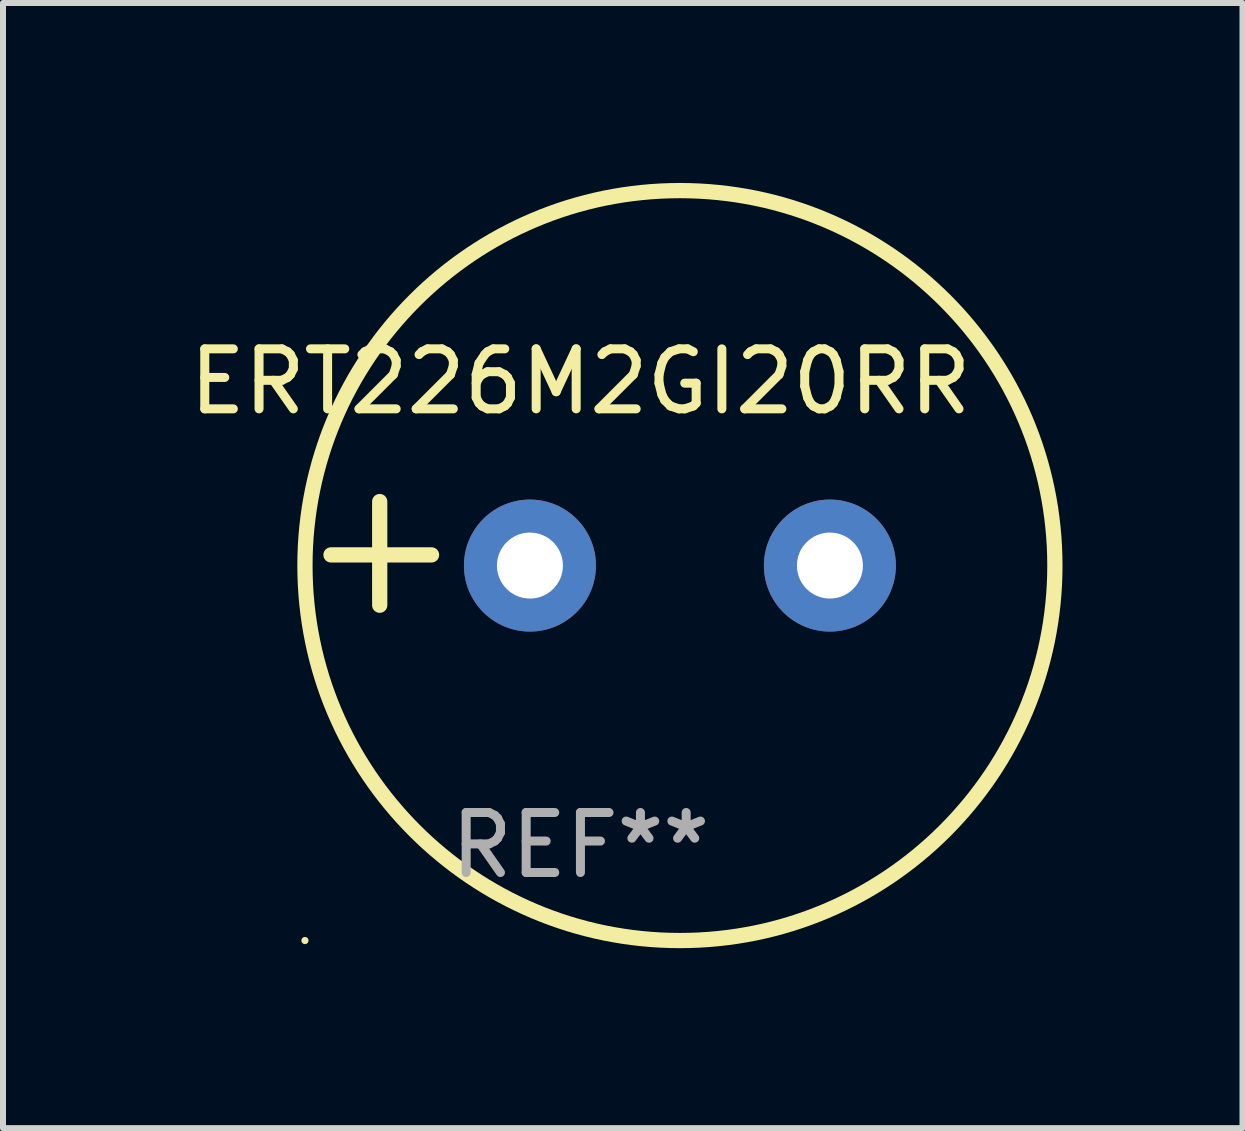
<source format=kicad_pcb>
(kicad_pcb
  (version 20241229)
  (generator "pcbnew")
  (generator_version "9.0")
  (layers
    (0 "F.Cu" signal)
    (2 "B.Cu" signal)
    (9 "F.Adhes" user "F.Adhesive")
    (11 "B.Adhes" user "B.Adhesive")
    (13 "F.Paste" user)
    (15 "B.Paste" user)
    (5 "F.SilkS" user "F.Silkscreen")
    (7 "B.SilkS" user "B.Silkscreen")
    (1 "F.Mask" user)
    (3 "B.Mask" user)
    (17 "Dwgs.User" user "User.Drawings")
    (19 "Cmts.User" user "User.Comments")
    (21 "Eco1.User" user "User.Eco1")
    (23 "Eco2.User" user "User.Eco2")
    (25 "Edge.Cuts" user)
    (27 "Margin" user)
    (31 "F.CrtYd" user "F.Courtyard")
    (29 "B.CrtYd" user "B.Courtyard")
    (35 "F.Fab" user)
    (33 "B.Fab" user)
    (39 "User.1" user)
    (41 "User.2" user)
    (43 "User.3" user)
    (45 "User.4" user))
  (footprint "ERT226M2GI20RR"
    (layer "F.Cu")
    (at 6.625 6.174)
    (property "Reference" "ERT226M2GI20RR" (at 0 -2.864 0) (layer "F.SilkS") (effects (font (size 1 1) (thickness 0.15))))
    (attr through_hole)
    (fp_line (start -3.346 0.864) (end -3.346 -0.864) (stroke (width 0.254) (type solid)) (layer "F.SilkS"))
    (fp_line (start -2.482 0.025) (end -4.158 0.025) (stroke (width 0.254) (type solid)) (layer "F.SilkS"))
    (fp_circle (center -4.592 6.453) (end -4.562 6.453) (stroke (width 0.06) (type solid)) (fill no) (layer "F.SilkS"))
    (fp_circle (center 1.658 0.203) (end 7.908 0.203) (stroke (width 0.254) (type solid)) (fill no) (layer "F.SilkS"))
    (fp_text user "REF**" (at 0 4.864 0) (layer "F.Fab") (effects (font (size 1 1) (thickness 0.15))))
    (pad "1" thru_hole circle (at -0.842 0.203) (size 2.2 2.2) (drill 1.1) (layers "*.Cu" "*.Mask"))
    (pad "2" thru_hole circle (at 4.158 0.203) (size 2.2 2.2) (drill 1.1) (layers "*.Cu" "*.Mask")))
  (gr_rect
    (start -3 -3)
    (end 17.66 15.754)
    (stroke (width 0.1) (type default))
    (fill no)
    (layer "Edge.Cuts")))
</source>
